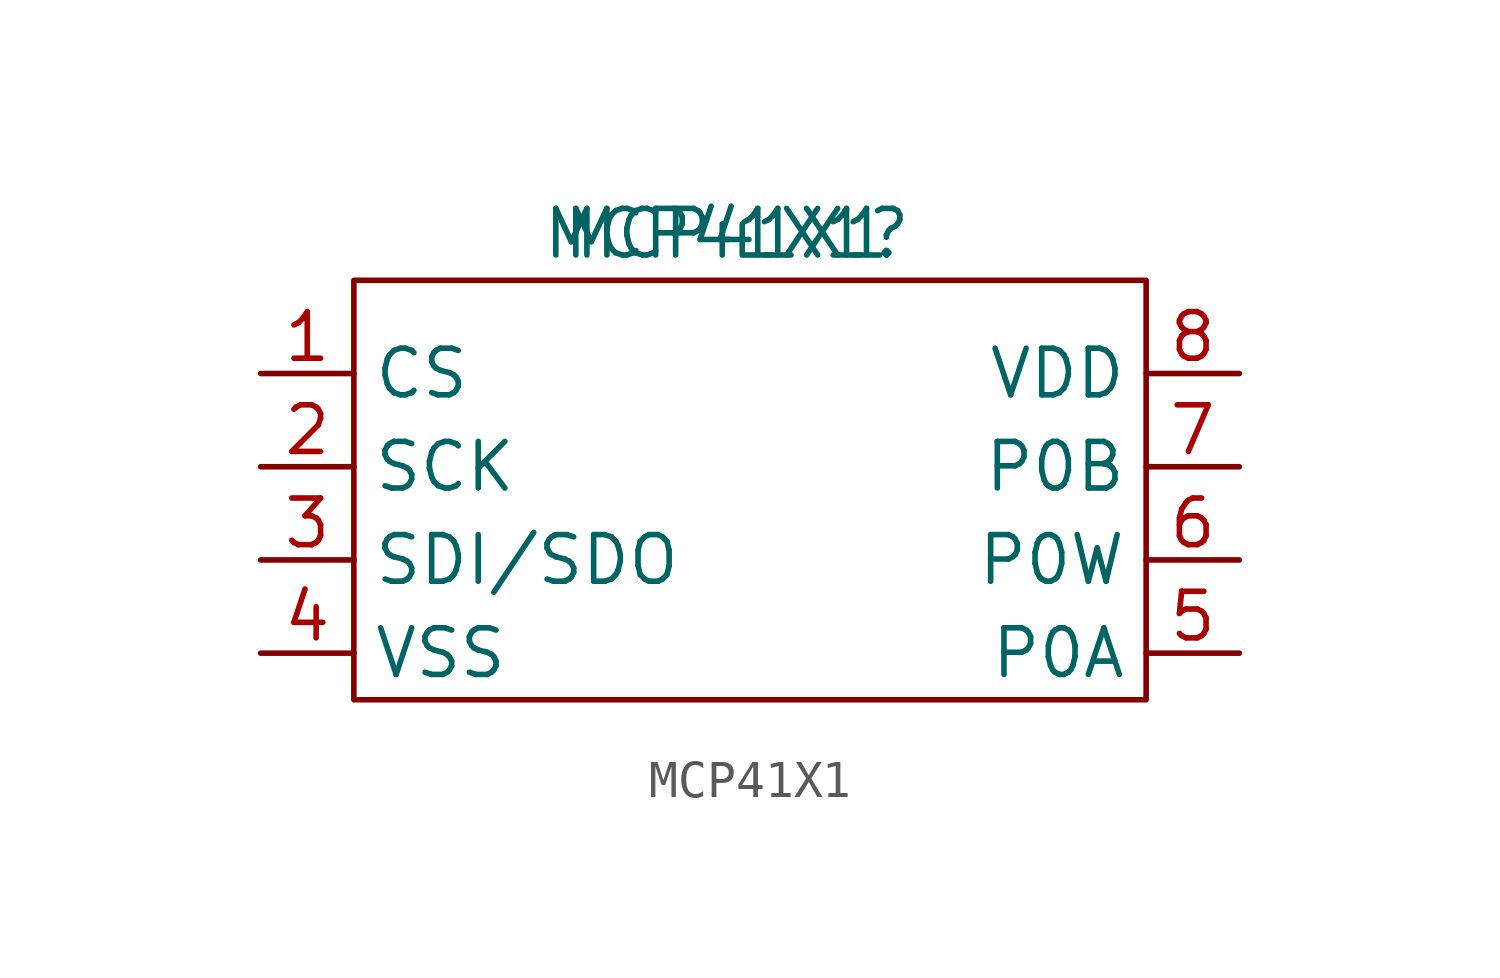
<source format=kicad_sym>
(kicad_symbol_lib
  (version 20211014)
  (generator kicad_symbol_editor)
  (symbol "MCP41X1"
    (property "Reference" "MCP41X1"
      (at 0 0 0)
      (effects (font (size 1.27 1.27))))
    (property "Value" "MCP41X1"
      (at 0 0 0)
      (effects (font (size 1.27 1.27))))
    (symbol "MCP41X1_0_1"
      (rectangle (start 11.43 -12.7) (end -10.16 -1.27) (stroke (width 0) (type default) (color 0 0 0 0)) (fill (type none))))
    (symbol "MCP41X1_1_1"
      (pin input line (at -12.7 -3.81 0) (length 2.54) (name "CS" (effects (font (size 1.27 1.27)))) (number "1" (effects (font (size 1.27 1.27)))))
      (pin input line (at -12.7 -6.35 0) (length 2.54) (name "SCK" (effects (font (size 1.27 1.27)))) (number "2" (effects (font (size 1.27 1.27)))))
      (pin input line (at -12.7 -8.89 0) (length 2.54) (name "SDI/SDO" (effects (font (size 1.27 1.27)))) (number "3" (effects (font (size 1.27 1.27)))))
      (pin input line (at -12.7 -11.43 0) (length 2.54) (name "VSS" (effects (font (size 1.27 1.27)))) (number "4" (effects (font (size 1.27 1.27)))))
      (pin input line (at 13.97 -11.43 180) (length 2.54) (name "P0A" (effects (font (size 1.27 1.27)))) (number "5" (effects (font (size 1.27 1.27)))))
      (pin input line (at 13.97 -8.89 180) (length 2.54) (name "P0W" (effects (font (size 1.27 1.27)))) (number "6" (effects (font (size 1.27 1.27)))))
      (pin input line (at 13.97 -6.35 180) (length 2.54) (name "P0B" (effects (font (size 1.27 1.27)))) (number "7" (effects (font (size 1.27 1.27)))))
      (pin input line (at 13.97 -3.81 180) (length 2.54) (name "VDD" (effects (font (size 1.27 1.27)))) (number "8" (effects (font (size 1.27 1.27))))))))
</source>
